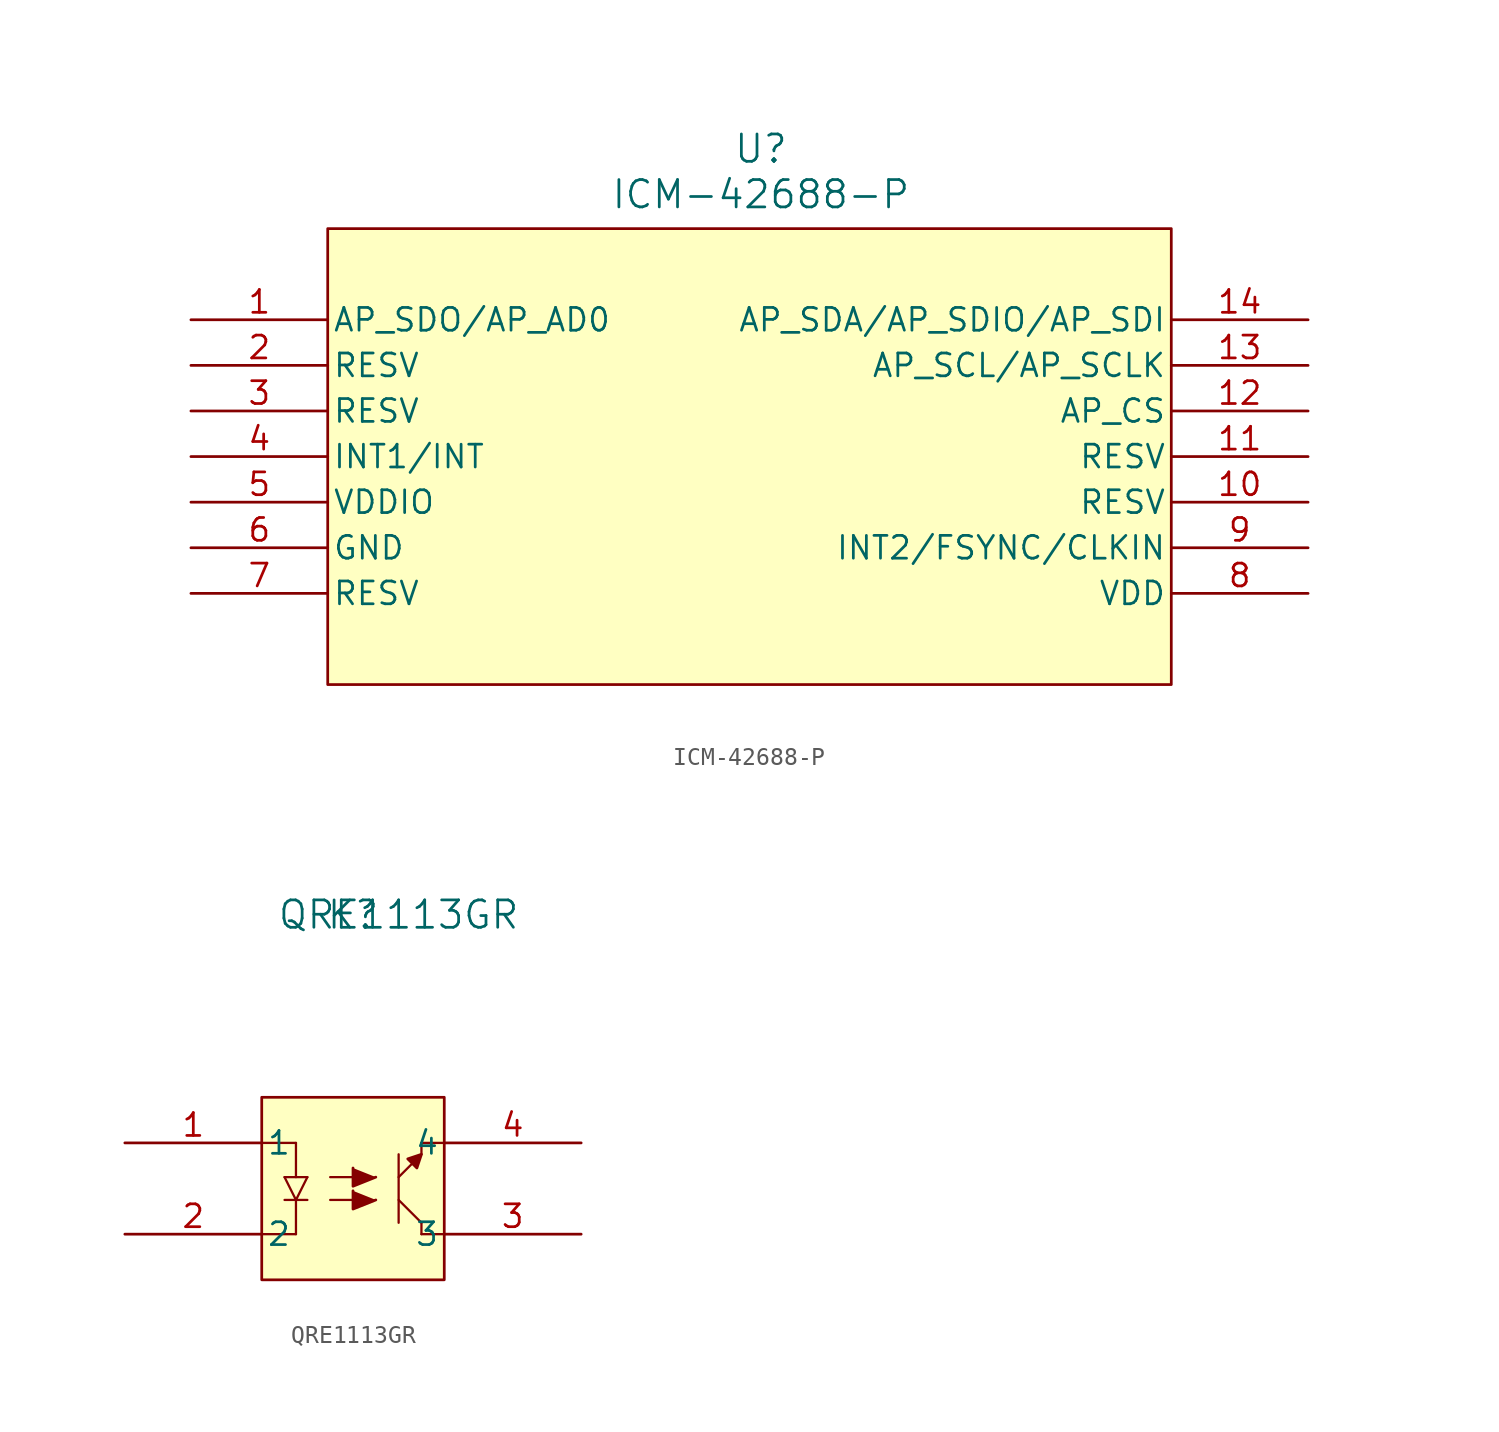
<source format=kicad_sym>
(kicad_symbol_lib
  (version 20220914)
  (generator kicad_symbol_editor)
  (symbol "ICM-42688-P"
    (pin_names
      (offset 0.254))
    (property "Reference" "U"
      (at 31.75 9.525 0)
      (effects (font (size 1.524 1.524))))
    (property "Value" "ICM-42688-P"
      (at 31.75 6.985 0)
      (effects (font (size 1.524 1.524))))
    (symbol "ICM-42688-P_0_1"
      (pin bidirectional line (at 0 0 0) (length 7.62) (name "AP_SDO/AP_AD0" (effects (font (size 1.27 1.27)))) (number "1" (effects (font (size 1.27 1.27)))))
      (pin unspecified line (at 62.23 -5.08 180) (length 7.62) (name "AP_CS" (effects (font (size 1.27 1.27)))) (number "12" (effects (font (size 1.27 1.27)))))
      (pin unspecified line (at 62.23 -2.54 180) (length 7.62) (name "AP_SCL/AP_SCLK" (effects (font (size 1.27 1.27)))) (number "13" (effects (font (size 1.27 1.27)))))
      (pin unspecified line (at 62.23 0 180) (length 7.62) (name "AP_SDA/AP_SDIO/AP_SDI" (effects (font (size 1.27 1.27)))) (number "14" (effects (font (size 1.27 1.27)))))
      (pin bidirectional line (at 0 -7.62 0) (length 7.62) (name "INT1/INT" (effects (font (size 1.27 1.27)))) (number "4" (effects (font (size 1.27 1.27)))))
      (pin power_in line (at 0 -10.16 0) (length 7.62) (name "VDDIO" (effects (font (size 1.27 1.27)))) (number "5" (effects (font (size 1.27 1.27)))))
      (pin power_out line (at 0 -12.7 0) (length 7.62) (name "GND" (effects (font (size 1.27 1.27)))) (number "6" (effects (font (size 1.27 1.27)))))
      (pin power_in line (at 62.23 -15.24 180) (length 7.62) (name "VDD" (effects (font (size 1.27 1.27)))) (number "8" (effects (font (size 1.27 1.27)))))
      (pin bidirectional line (at 62.23 -12.7 180) (length 7.62) (name "INT2/FSYNC/CLKIN" (effects (font (size 1.27 1.27)))) (number "9" (effects (font (size 1.27 1.27))))))
    (symbol "ICM-42688-P_1_1"
      (rectangle (start 7.62 5.08) (end 54.61 -20.32) (stroke (width 0) (type default)) (fill (type background)))
      (pin passive line (at 62.23 -10.16 180) (length 7.62) (name "RESV" (effects (font (size 1.27 1.27)))) (number "10" (effects (font (size 1.27 1.27)))))
      (pin passive line (at 62.23 -7.62 180) (length 7.62) (name "RESV" (effects (font (size 1.27 1.27)))) (number "11" (effects (font (size 1.27 1.27)))))
      (pin passive line (at 0 -2.54 0) (length 7.62) (name "RESV" (effects (font (size 1.27 1.27)))) (number "2" (effects (font (size 1.27 1.27)))))
      (pin passive line (at 0 -5.08 0) (length 7.62) (name "RESV" (effects (font (size 1.27 1.27)))) (number "3" (effects (font (size 1.27 1.27)))))
      (pin passive line (at 0 -15.24 0) (length 7.62) (name "RESV" (effects (font (size 1.27 1.27)))) (number "7" (effects (font (size 1.27 1.27)))))))
  (symbol "QRE1113GR"
    (pin_names
      (offset 0.254))
    (property "Reference" "K"
      (at 12.7 12.7 0)
      (effects (font (size 1.524 1.524))))
    (property "Value" "QRE1113GR"
      (at 15.24 12.7 0)
      (effects (font (size 1.524 1.524))))
    (property "ki_locked" ""
      (at 0 0 0)
      (effects (font (size 1.27 1.27))))
    (symbol "QRE1113GR_0_1"
      (polyline (pts (xy 7.62 -5.08) (xy 9.525 -5.08)) (stroke (width 0.127) (type default)) (fill (type none)))
      (polyline (pts (xy 7.62 0) (xy 9.525 0)) (stroke (width 0.127) (type default)) (fill (type none)))
      (polyline (pts (xy 8.89 -1.905) (xy 9.525 -3.175)) (stroke (width 0.127) (type default)) (fill (type none)))
      (polyline (pts (xy 9.525 -3.175) (xy 9.525 -5.08)) (stroke (width 0.127) (type default)) (fill (type none)))
      (polyline (pts (xy 9.525 -3.175) (xy 10.16 -1.905)) (stroke (width 0.127) (type default)) (fill (type none)))
      (polyline (pts (xy 9.525 -1.905) (xy 9.525 0)) (stroke (width 0.127) (type default)) (fill (type none)))
      (polyline (pts (xy 10.16 -3.175) (xy 8.89 -3.175)) (stroke (width 0.127) (type default)) (fill (type none)))
      (polyline (pts (xy 10.16 -1.905) (xy 8.89 -1.905)) (stroke (width 0.127) (type default)) (fill (type none)))
      (polyline (pts (xy 11.43 -3.175) (xy 12.7 -3.175)) (stroke (width 0.127) (type default)) (fill (type none)))
      (polyline (pts (xy 11.43 -1.905) (xy 12.7 -1.905)) (stroke (width 0.127) (type default)) (fill (type none)))
      (polyline (pts (xy 15.24 -1.905) (xy 16.192 -0.953)) (stroke (width 0.127) (type default)) (fill (type none)))
      (polyline (pts (xy 15.24 -0.635) (xy 15.24 -4.445)) (stroke (width 0.127) (type default)) (fill (type none)))
      (polyline (pts (xy 16.51 -5.08) (xy 17.78 -5.08)) (stroke (width 0.127) (type default)) (fill (type none)))
      (polyline (pts (xy 16.51 -4.445) (xy 15.24 -3.175)) (stroke (width 0.127) (type default)) (fill (type none)))
      (polyline (pts (xy 16.51 -4.445) (xy 16.51 -5.08)) (stroke (width 0.127) (type default)) (fill (type none)))
      (polyline (pts (xy 16.51 0) (xy 16.51 -0.635)) (stroke (width 0.127) (type default)) (fill (type none)))
      (polyline (pts (xy 16.51 0) (xy 17.78 0)) (stroke (width 0.127) (type default)) (fill (type none)))
      (polyline (pts (xy 13.97 -3.175) (xy 12.7 -3.683) (xy 12.7 -2.667)) (stroke (width 0) (type default)) (fill (type outline)))
      (polyline (pts (xy 13.97 -1.905) (xy 12.7 -2.413) (xy 12.7 -1.397)) (stroke (width 0) (type default)) (fill (type outline)))
      (polyline (pts (xy 16.51 -0.635) (xy 15.748 -0.889) (xy 16.256 -1.397) (xy 16.51 -0.635)) (stroke (width 0) (type default)) (fill (type outline)))
      (pin unspecified line (at 0 0 0) (length 7.62) (name "1" (effects (font (size 1.27 1.27)))) (number "1" (effects (font (size 1.27 1.27)))))
      (pin unspecified line (at 0 -5.08 0) (length 7.62) (name "2" (effects (font (size 1.27 1.27)))) (number "2" (effects (font (size 1.27 1.27)))))
      (pin unspecified line (at 25.4 -5.08 180) (length 7.62) (name "3" (effects (font (size 1.27 1.27)))) (number "3" (effects (font (size 1.27 1.27)))))
      (pin unspecified line (at 25.4 0 180) (length 7.62) (name "4" (effects (font (size 1.27 1.27)))) (number "4" (effects (font (size 1.27 1.27))))))
    (symbol "QRE1113GR_1_1"
      (rectangle (start 7.62 2.54) (end 17.78 -7.62) (stroke (width 0) (type default)) (fill (type background))))))
</source>
